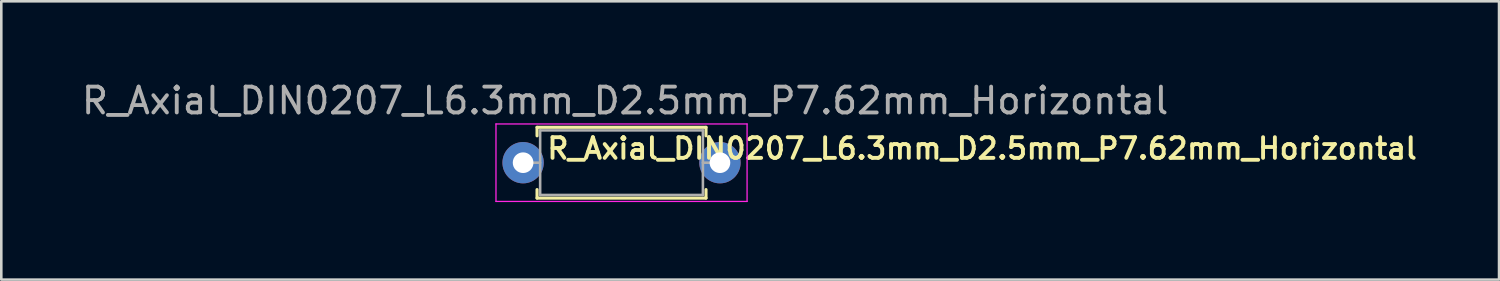
<source format=kicad_pcb>
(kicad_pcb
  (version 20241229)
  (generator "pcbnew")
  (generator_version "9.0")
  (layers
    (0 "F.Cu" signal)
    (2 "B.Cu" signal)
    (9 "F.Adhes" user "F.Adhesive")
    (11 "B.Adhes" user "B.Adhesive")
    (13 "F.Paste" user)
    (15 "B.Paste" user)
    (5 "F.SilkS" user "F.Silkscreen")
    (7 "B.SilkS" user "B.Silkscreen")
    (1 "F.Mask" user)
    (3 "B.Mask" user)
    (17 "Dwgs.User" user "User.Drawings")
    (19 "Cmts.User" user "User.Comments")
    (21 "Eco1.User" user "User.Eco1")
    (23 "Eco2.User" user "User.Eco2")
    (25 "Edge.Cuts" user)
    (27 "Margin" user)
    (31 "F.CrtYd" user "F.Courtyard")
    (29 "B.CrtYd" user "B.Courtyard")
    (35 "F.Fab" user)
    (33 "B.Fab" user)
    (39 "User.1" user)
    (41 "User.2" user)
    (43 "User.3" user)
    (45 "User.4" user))
  (footprint "R_Axial_DIN0207_L6.3mm_D2.5mm_P7.62mm_Horizontal"
    (layer "F.Cu")
    (at 17.199 3.248)
    (property "Reference" "R_Axial_DIN0207_L6.3mm_D2.5mm_P7.62mm_Horizontal" (at 0.85 -0.55 0) (layer "F.SilkS") (effects (font (size 0.8 0.8) (thickness 0.15)) (justify left)))
    (attr through_hole)
    (fp_line (start 0.54 -1.37) (end 7.08 -1.37) (stroke (width 0.12) (type solid)) (layer "F.SilkS"))
    (fp_line (start 0.54 -1.04) (end 0.54 -1.37) (stroke (width 0.12) (type solid)) (layer "F.SilkS"))
    (fp_line (start 0.54 1.04) (end 0.54 1.37) (stroke (width 0.12) (type solid)) (layer "F.SilkS"))
    (fp_line (start 0.54 1.37) (end 7.08 1.37) (stroke (width 0.12) (type solid)) (layer "F.SilkS"))
    (fp_line (start 7.08 -1.37) (end 7.08 -1.04) (stroke (width 0.12) (type solid)) (layer "F.SilkS"))
    (fp_line (start 7.08 1.37) (end 7.08 1.04) (stroke (width 0.12) (type solid)) (layer "F.SilkS"))
    (fp_line (start -1.05 -1.5) (end -1.05 1.5) (stroke (width 0.05) (type solid)) (layer "F.CrtYd"))
    (fp_line (start -1.05 1.5) (end 8.67 1.5) (stroke (width 0.05) (type solid)) (layer "F.CrtYd"))
    (fp_line (start 8.67 -1.5) (end -1.05 -1.5) (stroke (width 0.05) (type solid)) (layer "F.CrtYd"))
    (fp_line (start 8.67 1.5) (end 8.67 -1.5) (stroke (width 0.05) (type solid)) (layer "F.CrtYd"))
    (fp_line (start 0 0) (end 0.66 0) (stroke (width 0.1) (type solid)) (layer "F.Fab"))
    (fp_line (start 0.66 -1.25) (end 0.66 1.25) (stroke (width 0.1) (type solid)) (layer "F.Fab"))
    (fp_line (start 0.66 1.25) (end 6.96 1.25) (stroke (width 0.1) (type solid)) (layer "F.Fab"))
    (fp_line (start 6.96 -1.25) (end 0.66 -1.25) (stroke (width 0.1) (type solid)) (layer "F.Fab"))
    (fp_line (start 6.96 1.25) (end 6.96 -1.25) (stroke (width 0.1) (type solid)) (layer "F.Fab"))
    (fp_line (start 7.62 0) (end 6.96 0) (stroke (width 0.1) (type solid)) (layer "F.Fab"))
    (fp_text user "${REFERENCE}" (at 3.95 -2.4 0) (layer "F.Fab") (effects (font (size 1 1) (thickness 0.15))))
    (pad "1" thru_hole circle (at 0 0) (size 1.6 1.6) (drill 0.8) (layers "*.Cu" "*.Mask"))
    (pad "2" thru_hole oval (at 7.62 0) (size 1.6 1.6) (drill 0.8) (layers "*.Cu" "*.Mask")))
  (gr_rect
    (start -3 -3)
    (end 54.977 7.773)
    (stroke (width 0.1) (type default))
    (fill no)
    (layer "Edge.Cuts")))
</source>
